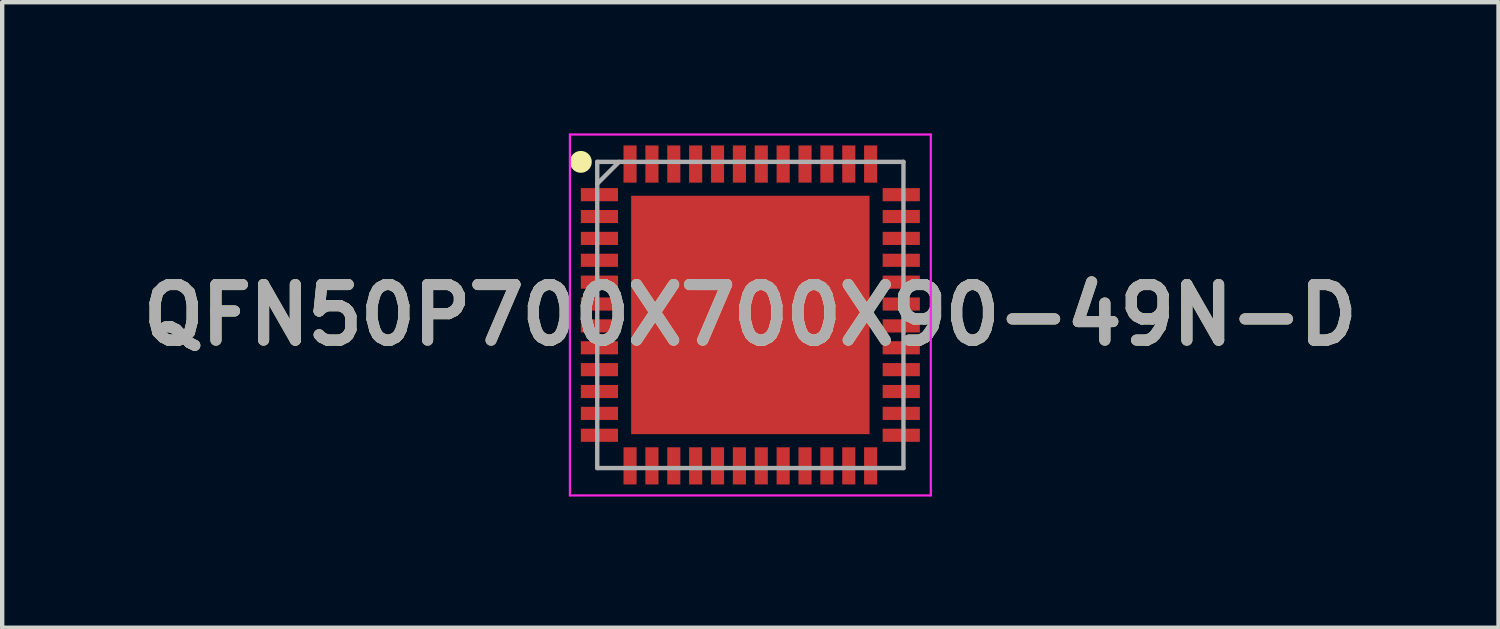
<source format=kicad_pcb>
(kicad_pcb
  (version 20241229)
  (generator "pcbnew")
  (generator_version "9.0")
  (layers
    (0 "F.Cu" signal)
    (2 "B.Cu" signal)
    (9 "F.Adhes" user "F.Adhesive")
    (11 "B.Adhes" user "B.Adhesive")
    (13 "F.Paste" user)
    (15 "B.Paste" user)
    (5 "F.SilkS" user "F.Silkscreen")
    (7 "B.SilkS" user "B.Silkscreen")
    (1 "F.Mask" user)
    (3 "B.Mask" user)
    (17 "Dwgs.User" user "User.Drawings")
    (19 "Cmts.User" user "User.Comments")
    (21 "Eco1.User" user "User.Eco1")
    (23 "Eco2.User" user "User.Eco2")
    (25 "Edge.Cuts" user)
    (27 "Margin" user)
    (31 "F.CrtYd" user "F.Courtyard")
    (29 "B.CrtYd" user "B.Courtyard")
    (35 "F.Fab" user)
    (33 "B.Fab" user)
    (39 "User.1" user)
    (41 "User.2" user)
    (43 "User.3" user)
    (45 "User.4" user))
  (footprint "QFN50P700X700X90-49N-D"
    (layer "F.Cu")
    (at 14.103 4.15)
    (property "Reference" "QFN50P700X700X90-49N-D" (at 0 0 0) (layer "F.SilkS") (effects (font (size 1.27 1.27) (thickness 0.254))))
    (attr smd)
    (fp_circle (center -3.875 -3.5) (end -3.875 -3.375) (stroke (width 0.25) (type solid)) (fill no) (layer "F.SilkS"))
    (fp_line (start -4.125 -4.125) (end 4.125 -4.125) (stroke (width 0.05) (type solid)) (layer "F.CrtYd"))
    (fp_line (start -4.125 4.125) (end -4.125 -4.125) (stroke (width 0.05) (type solid)) (layer "F.CrtYd"))
    (fp_line (start 4.125 -4.125) (end 4.125 4.125) (stroke (width 0.05) (type solid)) (layer "F.CrtYd"))
    (fp_line (start 4.125 4.125) (end -4.125 4.125) (stroke (width 0.05) (type solid)) (layer "F.CrtYd"))
    (fp_line (start -3.5 -3.5) (end 3.5 -3.5) (stroke (width 0.1) (type solid)) (layer "F.Fab"))
    (fp_line (start -3.5 -3) (end -3 -3.5) (stroke (width 0.1) (type solid)) (layer "F.Fab"))
    (fp_line (start -3.5 3.5) (end -3.5 -3.5) (stroke (width 0.1) (type solid)) (layer "F.Fab"))
    (fp_line (start 3.5 -3.5) (end 3.5 3.5) (stroke (width 0.1) (type solid)) (layer "F.Fab"))
    (fp_line (start 3.5 3.5) (end -3.5 3.5) (stroke (width 0.1) (type solid)) (layer "F.Fab"))
    (fp_text user "${REFERENCE}" (at 0 0 0) (layer "F.Fab") (effects (font (size 1.27 1.27) (thickness 0.254))))
    (pad "1" smd rect (at -3.45 -2.75 90) (size 0.3 0.85) (layers "F.Cu" "F.Mask" "F.Paste"))
    (pad "2" smd rect (at -3.45 -2.25 90) (size 0.3 0.85) (layers "F.Cu" "F.Mask" "F.Paste"))
    (pad "3" smd rect (at -3.45 -1.75 90) (size 0.3 0.85) (layers "F.Cu" "F.Mask" "F.Paste"))
    (pad "4" smd rect (at -3.45 -1.25 90) (size 0.3 0.85) (layers "F.Cu" "F.Mask" "F.Paste"))
    (pad "5" smd rect (at -3.45 -0.75 90) (size 0.3 0.85) (layers "F.Cu" "F.Mask" "F.Paste"))
    (pad "6" smd rect (at -3.45 -0.25 90) (size 0.3 0.85) (layers "F.Cu" "F.Mask" "F.Paste"))
    (pad "7" smd rect (at -3.45 0.25 90) (size 0.3 0.85) (layers "F.Cu" "F.Mask" "F.Paste"))
    (pad "8" smd rect (at -3.45 0.75 90) (size 0.3 0.85) (layers "F.Cu" "F.Mask" "F.Paste"))
    (pad "9" smd rect (at -3.45 1.25 90) (size 0.3 0.85) (layers "F.Cu" "F.Mask" "F.Paste"))
    (pad "10" smd rect (at -3.45 1.75 90) (size 0.3 0.85) (layers "F.Cu" "F.Mask" "F.Paste"))
    (pad "11" smd rect (at -3.45 2.25 90) (size 0.3 0.85) (layers "F.Cu" "F.Mask" "F.Paste"))
    (pad "12" smd rect (at -3.45 2.75 90) (size 0.3 0.85) (layers "F.Cu" "F.Mask" "F.Paste"))
    (pad "13" smd rect (at -2.75 3.45) (size 0.3 0.85) (layers "F.Cu" "F.Mask" "F.Paste"))
    (pad "14" smd rect (at -2.25 3.45) (size 0.3 0.85) (layers "F.Cu" "F.Mask" "F.Paste"))
    (pad "15" smd rect (at -1.75 3.45) (size 0.3 0.85) (layers "F.Cu" "F.Mask" "F.Paste"))
    (pad "16" smd rect (at -1.25 3.45) (size 0.3 0.85) (layers "F.Cu" "F.Mask" "F.Paste"))
    (pad "17" smd rect (at -0.75 3.45) (size 0.3 0.85) (layers "F.Cu" "F.Mask" "F.Paste"))
    (pad "18" smd rect (at -0.25 3.45) (size 0.3 0.85) (layers "F.Cu" "F.Mask" "F.Paste"))
    (pad "19" smd rect (at 0.25 3.45) (size 0.3 0.85) (layers "F.Cu" "F.Mask" "F.Paste"))
    (pad "20" smd rect (at 0.75 3.45) (size 0.3 0.85) (layers "F.Cu" "F.Mask" "F.Paste"))
    (pad "21" smd rect (at 1.25 3.45) (size 0.3 0.85) (layers "F.Cu" "F.Mask" "F.Paste"))
    (pad "22" smd rect (at 1.75 3.45) (size 0.3 0.85) (layers "F.Cu" "F.Mask" "F.Paste"))
    (pad "23" smd rect (at 2.25 3.45) (size 0.3 0.85) (layers "F.Cu" "F.Mask" "F.Paste"))
    (pad "24" smd rect (at 2.75 3.45) (size 0.3 0.85) (layers "F.Cu" "F.Mask" "F.Paste"))
    (pad "25" smd rect (at 3.45 2.75 90) (size 0.3 0.85) (layers "F.Cu" "F.Mask" "F.Paste"))
    (pad "26" smd rect (at 3.45 2.25 90) (size 0.3 0.85) (layers "F.Cu" "F.Mask" "F.Paste"))
    (pad "27" smd rect (at 3.45 1.75 90) (size 0.3 0.85) (layers "F.Cu" "F.Mask" "F.Paste"))
    (pad "28" smd rect (at 3.45 1.25 90) (size 0.3 0.85) (layers "F.Cu" "F.Mask" "F.Paste"))
    (pad "29" smd rect (at 3.45 0.75 90) (size 0.3 0.85) (layers "F.Cu" "F.Mask" "F.Paste"))
    (pad "30" smd rect (at 3.45 0.25 90) (size 0.3 0.85) (layers "F.Cu" "F.Mask" "F.Paste"))
    (pad "31" smd rect (at 3.45 -0.25 90) (size 0.3 0.85) (layers "F.Cu" "F.Mask" "F.Paste"))
    (pad "32" smd rect (at 3.45 -0.75 90) (size 0.3 0.85) (layers "F.Cu" "F.Mask" "F.Paste"))
    (pad "33" smd rect (at 3.45 -1.25 90) (size 0.3 0.85) (layers "F.Cu" "F.Mask" "F.Paste"))
    (pad "34" smd rect (at 3.45 -1.75 90) (size 0.3 0.85) (layers "F.Cu" "F.Mask" "F.Paste"))
    (pad "35" smd rect (at 3.45 -2.25 90) (size 0.3 0.85) (layers "F.Cu" "F.Mask" "F.Paste"))
    (pad "36" smd rect (at 3.45 -2.75 90) (size 0.3 0.85) (layers "F.Cu" "F.Mask" "F.Paste"))
    (pad "37" smd rect (at 2.75 -3.45) (size 0.3 0.85) (layers "F.Cu" "F.Mask" "F.Paste"))
    (pad "38" smd rect (at 2.25 -3.45) (size 0.3 0.85) (layers "F.Cu" "F.Mask" "F.Paste"))
    (pad "39" smd rect (at 1.75 -3.45) (size 0.3 0.85) (layers "F.Cu" "F.Mask" "F.Paste"))
    (pad "40" smd rect (at 1.25 -3.45) (size 0.3 0.85) (layers "F.Cu" "F.Mask" "F.Paste"))
    (pad "41" smd rect (at 0.75 -3.45) (size 0.3 0.85) (layers "F.Cu" "F.Mask" "F.Paste"))
    (pad "42" smd rect (at 0.25 -3.45) (size 0.3 0.85) (layers "F.Cu" "F.Mask" "F.Paste"))
    (pad "43" smd rect (at -0.25 -3.45) (size 0.3 0.85) (layers "F.Cu" "F.Mask" "F.Paste"))
    (pad "44" smd rect (at -0.75 -3.45) (size 0.3 0.85) (layers "F.Cu" "F.Mask" "F.Paste"))
    (pad "45" smd rect (at -1.25 -3.45) (size 0.3 0.85) (layers "F.Cu" "F.Mask" "F.Paste"))
    (pad "46" smd rect (at -1.75 -3.45) (size 0.3 0.85) (layers "F.Cu" "F.Mask" "F.Paste"))
    (pad "47" smd rect (at -2.25 -3.45) (size 0.3 0.85) (layers "F.Cu" "F.Mask" "F.Paste"))
    (pad "48" smd rect (at -2.75 -3.45) (size 0.3 0.85) (layers "F.Cu" "F.Mask" "F.Paste"))
    (pad "49" smd rect (at 0 0) (size 5.45 5.45) (layers "F.Cu" "F.Mask" "F.Paste")))
  (gr_rect
    (start -3 -3)
    (end 31.206 11.3)
    (stroke (width 0.1) (type default))
    (fill no)
    (layer "Edge.Cuts")))
</source>
